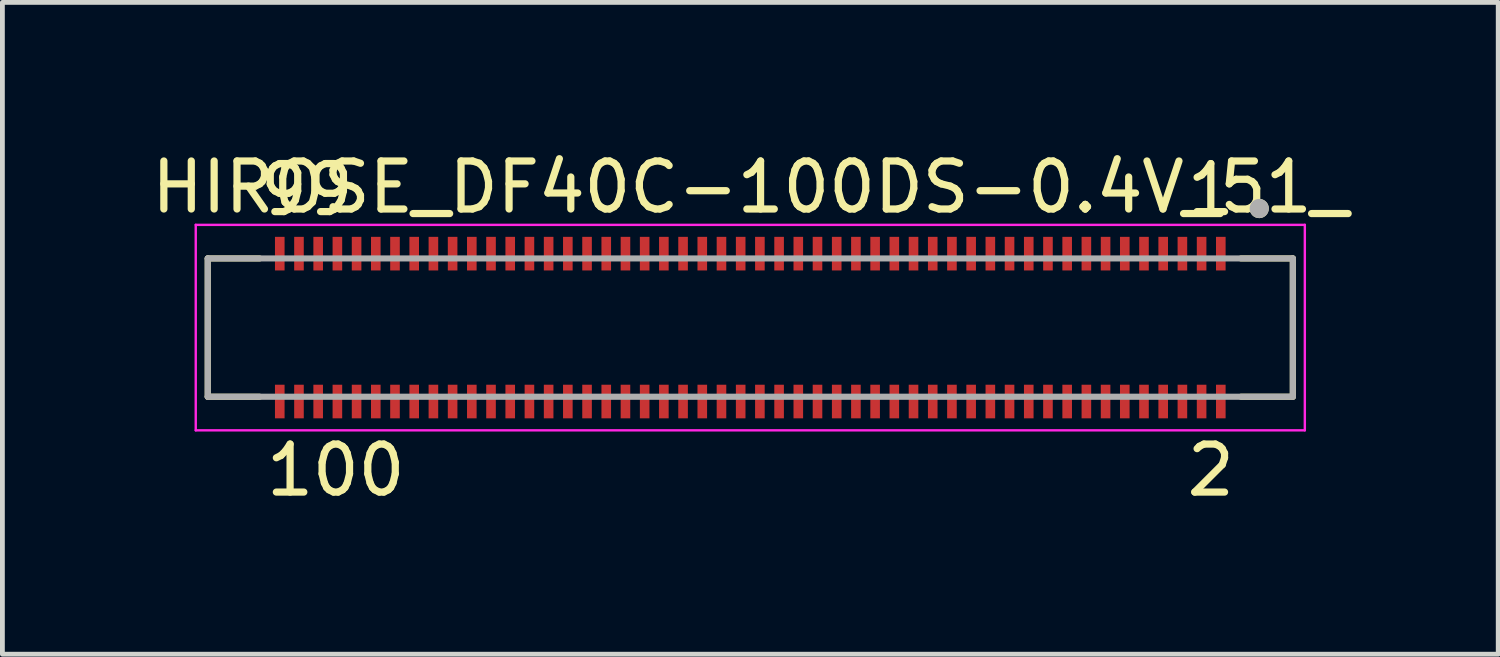
<source format=kicad_pcb>
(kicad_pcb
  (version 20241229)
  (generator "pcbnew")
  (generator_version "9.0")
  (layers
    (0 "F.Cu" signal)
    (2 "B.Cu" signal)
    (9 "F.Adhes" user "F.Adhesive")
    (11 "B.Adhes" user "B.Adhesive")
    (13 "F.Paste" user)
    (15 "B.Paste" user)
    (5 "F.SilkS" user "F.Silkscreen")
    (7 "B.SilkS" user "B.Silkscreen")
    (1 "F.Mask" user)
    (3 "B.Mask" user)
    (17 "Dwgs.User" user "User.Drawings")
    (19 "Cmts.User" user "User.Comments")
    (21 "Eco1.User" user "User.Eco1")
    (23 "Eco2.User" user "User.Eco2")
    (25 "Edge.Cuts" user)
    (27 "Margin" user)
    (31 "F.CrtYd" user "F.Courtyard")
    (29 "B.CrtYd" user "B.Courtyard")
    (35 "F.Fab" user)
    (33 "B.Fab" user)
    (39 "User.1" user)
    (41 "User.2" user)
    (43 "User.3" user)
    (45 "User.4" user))
  (footprint "HIROSE_DF40C-100DS-0.4V_51_"
    (layer "F.Cu")
    (at 12.577 3.773)
    (property "Reference" "HIROSE_DF40C-100DS-0.4V_51_" (at 0 -2.925 0) (layer "F.SilkS") (effects (font (size 1 1) (thickness 0.15))))
    (attr smd)
    (fp_line (start -11.3 -1.44) (end -11.3 1.44) (stroke (width 0.127) (type solid)) (layer "F.SilkS"))
    (fp_line (start -11.3 1.44) (end -10.22 1.44) (stroke (width 0.127) (type solid)) (layer "F.SilkS"))
    (fp_line (start -10.22 -1.44) (end -11.3 -1.44) (stroke (width 0.127) (type solid)) (layer "F.SilkS"))
    (fp_line (start 11.3 -1.44) (end 10.22 -1.44) (stroke (width 0.127) (type solid)) (layer "F.SilkS"))
    (fp_line (start 11.3 -1.44) (end 11.3 1.44) (stroke (width 0.127) (type solid)) (layer "F.SilkS"))
    (fp_line (start 11.3 1.44) (end 10.22 1.44) (stroke (width 0.127) (type solid)) (layer "F.SilkS"))
    (fp_circle (center 10.6 -2.48) (end 10.7 -2.48) (stroke (width 0.2) (type solid)) (fill no) (layer "F.SilkS"))
    (fp_poly (pts (xy -9.889 -1.853) (xy -9.71 -1.853) (xy -9.71 -1.227) (xy -9.889 -1.227)) (stroke (width 0.01) (type solid)) (fill yes) (layer "F.Paste"))
    (fp_poly (pts (xy -9.889 1.227) (xy -9.71 1.227) (xy -9.71 1.853) (xy -9.889 1.853)) (stroke (width 0.01) (type solid)) (fill yes) (layer "F.Paste"))
    (fp_poly (pts (xy -9.489 -1.853) (xy -9.31 -1.853) (xy -9.31 -1.227) (xy -9.489 -1.227)) (stroke (width 0.01) (type solid)) (fill yes) (layer "F.Paste"))
    (fp_poly (pts (xy -9.489 1.227) (xy -9.31 1.227) (xy -9.31 1.853) (xy -9.489 1.853)) (stroke (width 0.01) (type solid)) (fill yes) (layer "F.Paste"))
    (fp_poly (pts (xy -9.089 -1.853) (xy -8.911 -1.853) (xy -8.911 -1.227) (xy -9.089 -1.227)) (stroke (width 0.01) (type solid)) (fill yes) (layer "F.Paste"))
    (fp_poly (pts (xy -9.089 1.227) (xy -8.911 1.227) (xy -8.911 1.853) (xy -9.089 1.853)) (stroke (width 0.01) (type solid)) (fill yes) (layer "F.Paste"))
    (fp_poly (pts (xy -8.69 -1.853) (xy -8.511 -1.853) (xy -8.511 -1.227) (xy -8.69 -1.227)) (stroke (width 0.01) (type solid)) (fill yes) (layer "F.Paste"))
    (fp_poly (pts (xy -8.69 1.227) (xy -8.511 1.227) (xy -8.511 1.853) (xy -8.69 1.853)) (stroke (width 0.01) (type solid)) (fill yes) (layer "F.Paste"))
    (fp_poly (pts (xy -8.29 -1.853) (xy -8.111 -1.853) (xy -8.111 -1.227) (xy -8.29 -1.227)) (stroke (width 0.01) (type solid)) (fill yes) (layer "F.Paste"))
    (fp_poly (pts (xy -8.29 1.227) (xy -8.111 1.227) (xy -8.111 1.853) (xy -8.29 1.853)) (stroke (width 0.01) (type solid)) (fill yes) (layer "F.Paste"))
    (fp_poly (pts (xy -7.889 -1.853) (xy -7.71 -1.853) (xy -7.71 -1.227) (xy -7.889 -1.227)) (stroke (width 0.01) (type solid)) (fill yes) (layer "F.Paste"))
    (fp_poly (pts (xy -7.889 1.227) (xy -7.71 1.227) (xy -7.71 1.853) (xy -7.889 1.853)) (stroke (width 0.01) (type solid)) (fill yes) (layer "F.Paste"))
    (fp_poly (pts (xy -7.489 -1.853) (xy -7.311 -1.853) (xy -7.311 -1.227) (xy -7.489 -1.227)) (stroke (width 0.01) (type solid)) (fill yes) (layer "F.Paste"))
    (fp_poly (pts (xy -7.489 1.227) (xy -7.311 1.227) (xy -7.311 1.853) (xy -7.489 1.853)) (stroke (width 0.01) (type solid)) (fill yes) (layer "F.Paste"))
    (fp_poly (pts (xy -7.09 -1.853) (xy -6.91 -1.853) (xy -6.91 -1.227) (xy -7.09 -1.227)) (stroke (width 0.01) (type solid)) (fill yes) (layer "F.Paste"))
    (fp_poly (pts (xy -7.09 1.227) (xy -6.91 1.227) (xy -6.91 1.853) (xy -7.09 1.853)) (stroke (width 0.01) (type solid)) (fill yes) (layer "F.Paste"))
    (fp_poly (pts (xy -6.689 -1.853) (xy -6.511 -1.853) (xy -6.511 -1.227) (xy -6.689 -1.227)) (stroke (width 0.01) (type solid)) (fill yes) (layer "F.Paste"))
    (fp_poly (pts (xy -6.689 1.227) (xy -6.511 1.227) (xy -6.511 1.853) (xy -6.689 1.853)) (stroke (width 0.01) (type solid)) (fill yes) (layer "F.Paste"))
    (fp_poly (pts (xy -6.29 -1.853) (xy -6.111 -1.853) (xy -6.111 -1.227) (xy -6.29 -1.227)) (stroke (width 0.01) (type solid)) (fill yes) (layer "F.Paste"))
    (fp_poly (pts (xy -6.29 1.227) (xy -6.111 1.227) (xy -6.111 1.853) (xy -6.29 1.853)) (stroke (width 0.01) (type solid)) (fill yes) (layer "F.Paste"))
    (fp_poly (pts (xy -5.889 -1.853) (xy -5.71 -1.853) (xy -5.71 -1.227) (xy -5.889 -1.227)) (stroke (width 0.01) (type solid)) (fill yes) (layer "F.Paste"))
    (fp_poly (pts (xy -5.889 1.227) (xy -5.71 1.227) (xy -5.71 1.853) (xy -5.889 1.853)) (stroke (width 0.01) (type solid)) (fill yes) (layer "F.Paste"))
    (fp_poly (pts (xy -5.489 -1.853) (xy -5.311 -1.853) (xy -5.311 -1.227) (xy -5.489 -1.227)) (stroke (width 0.01) (type solid)) (fill yes) (layer "F.Paste"))
    (fp_poly (pts (xy -5.489 1.227) (xy -5.311 1.227) (xy -5.311 1.853) (xy -5.489 1.853)) (stroke (width 0.01) (type solid)) (fill yes) (layer "F.Paste"))
    (fp_poly (pts (xy -5.09 -1.853) (xy -4.91 -1.853) (xy -4.91 -1.227) (xy -5.09 -1.227)) (stroke (width 0.01) (type solid)) (fill yes) (layer "F.Paste"))
    (fp_poly (pts (xy -5.09 1.227) (xy -4.91 1.227) (xy -4.91 1.853) (xy -5.09 1.853)) (stroke (width 0.01) (type solid)) (fill yes) (layer "F.Paste"))
    (fp_poly (pts (xy -4.689 -1.853) (xy -4.511 -1.853) (xy -4.511 -1.227) (xy -4.689 -1.227)) (stroke (width 0.01) (type solid)) (fill yes) (layer "F.Paste"))
    (fp_poly (pts (xy -4.689 1.227) (xy -4.511 1.227) (xy -4.511 1.853) (xy -4.689 1.853)) (stroke (width 0.01) (type solid)) (fill yes) (layer "F.Paste"))
    (fp_poly (pts (xy -4.29 -1.853) (xy -4.111 -1.853) (xy -4.111 -1.227) (xy -4.29 -1.227)) (stroke (width 0.01) (type solid)) (fill yes) (layer "F.Paste"))
    (fp_poly (pts (xy -4.29 1.227) (xy -4.111 1.227) (xy -4.111 1.853) (xy -4.29 1.853)) (stroke (width 0.01) (type solid)) (fill yes) (layer "F.Paste"))
    (fp_poly (pts (xy -3.889 -1.853) (xy -3.711 -1.853) (xy -3.711 -1.227) (xy -3.889 -1.227)) (stroke (width 0.01) (type solid)) (fill yes) (layer "F.Paste"))
    (fp_poly (pts (xy -3.889 1.227) (xy -3.711 1.227) (xy -3.711 1.853) (xy -3.889 1.853)) (stroke (width 0.01) (type solid)) (fill yes) (layer "F.Paste"))
    (fp_poly (pts (xy -3.49 -1.853) (xy -3.311 -1.853) (xy -3.311 -1.227) (xy -3.49 -1.227)) (stroke (width 0.01) (type solid)) (fill yes) (layer "F.Paste"))
    (fp_poly (pts (xy -3.49 1.227) (xy -3.311 1.227) (xy -3.311 1.853) (xy -3.49 1.853)) (stroke (width 0.01) (type solid)) (fill yes) (layer "F.Paste"))
    (fp_poly (pts (xy -3.09 -1.853) (xy -2.91 -1.853) (xy -2.91 -1.227) (xy -3.09 -1.227)) (stroke (width 0.01) (type solid)) (fill yes) (layer "F.Paste"))
    (fp_poly (pts (xy -3.09 1.227) (xy -2.91 1.227) (xy -2.91 1.853) (xy -3.09 1.853)) (stroke (width 0.01) (type solid)) (fill yes) (layer "F.Paste"))
    (fp_poly (pts (xy -2.689 -1.853) (xy -2.51 -1.853) (xy -2.51 -1.227) (xy -2.689 -1.227)) (stroke (width 0.01) (type solid)) (fill yes) (layer "F.Paste"))
    (fp_poly (pts (xy -2.689 1.227) (xy -2.51 1.227) (xy -2.51 1.853) (xy -2.689 1.853)) (stroke (width 0.01) (type solid)) (fill yes) (layer "F.Paste"))
    (fp_poly (pts (xy -2.289 -1.853) (xy -2.111 -1.853) (xy -2.111 -1.227) (xy -2.289 -1.227)) (stroke (width 0.01) (type solid)) (fill yes) (layer "F.Paste"))
    (fp_poly (pts (xy -2.289 1.227) (xy -2.111 1.227) (xy -2.111 1.853) (xy -2.289 1.853)) (stroke (width 0.01) (type solid)) (fill yes) (layer "F.Paste"))
    (fp_poly (pts (xy -1.889 -1.853) (xy -1.71 -1.853) (xy -1.71 -1.227) (xy -1.889 -1.227)) (stroke (width 0.01) (type solid)) (fill yes) (layer "F.Paste"))
    (fp_poly (pts (xy -1.889 1.227) (xy -1.71 1.227) (xy -1.71 1.853) (xy -1.889 1.853)) (stroke (width 0.01) (type solid)) (fill yes) (layer "F.Paste"))
    (fp_poly (pts (xy -1.49 -1.853) (xy -1.31 -1.853) (xy -1.31 -1.227) (xy -1.49 -1.227)) (stroke (width 0.01) (type solid)) (fill yes) (layer "F.Paste"))
    (fp_poly (pts (xy -1.49 1.227) (xy -1.31 1.227) (xy -1.31 1.853) (xy -1.49 1.853)) (stroke (width 0.01) (type solid)) (fill yes) (layer "F.Paste"))
    (fp_poly (pts (xy -1.089 -1.853) (xy -0.91 -1.853) (xy -0.91 -1.227) (xy -1.089 -1.227)) (stroke (width 0.01) (type solid)) (fill yes) (layer "F.Paste"))
    (fp_poly (pts (xy -1.089 1.227) (xy -0.91 1.227) (xy -0.91 1.853) (xy -1.089 1.853)) (stroke (width 0.01) (type solid)) (fill yes) (layer "F.Paste"))
    (fp_poly (pts (xy -0.69 -1.853) (xy -0.51 -1.853) (xy -0.51 -1.227) (xy -0.69 -1.227)) (stroke (width 0.01) (type solid)) (fill yes) (layer "F.Paste"))
    (fp_poly (pts (xy -0.69 1.227) (xy -0.51 1.227) (xy -0.51 1.853) (xy -0.69 1.853)) (stroke (width 0.01) (type solid)) (fill yes) (layer "F.Paste"))
    (fp_poly (pts (xy -0.289 -1.853) (xy -0.111 -1.853) (xy -0.111 -1.227) (xy -0.289 -1.227)) (stroke (width 0.01) (type solid)) (fill yes) (layer "F.Paste"))
    (fp_poly (pts (xy -0.289 1.227) (xy -0.111 1.227) (xy -0.111 1.853) (xy -0.289 1.853)) (stroke (width 0.01) (type solid)) (fill yes) (layer "F.Paste"))
    (fp_poly (pts (xy 0.111 -1.853) (xy 0.289 -1.853) (xy 0.289 -1.227) (xy 0.111 -1.227)) (stroke (width 0.01) (type solid)) (fill yes) (layer "F.Paste"))
    (fp_poly (pts (xy 0.111 1.227) (xy 0.289 1.227) (xy 0.289 1.853) (xy 0.111 1.853)) (stroke (width 0.01) (type solid)) (fill yes) (layer "F.Paste"))
    (fp_poly (pts (xy 0.51 -1.853) (xy 0.69 -1.853) (xy 0.69 -1.227) (xy 0.51 -1.227)) (stroke (width 0.01) (type solid)) (fill yes) (layer "F.Paste"))
    (fp_poly (pts (xy 0.51 1.227) (xy 0.69 1.227) (xy 0.69 1.853) (xy 0.51 1.853)) (stroke (width 0.01) (type solid)) (fill yes) (layer "F.Paste"))
    (fp_poly (pts (xy 0.91 -1.853) (xy 1.089 -1.853) (xy 1.089 -1.227) (xy 0.91 -1.227)) (stroke (width 0.01) (type solid)) (fill yes) (layer "F.Paste"))
    (fp_poly (pts (xy 0.91 1.227) (xy 1.089 1.227) (xy 1.089 1.853) (xy 0.91 1.853)) (stroke (width 0.01) (type solid)) (fill yes) (layer "F.Paste"))
    (fp_poly (pts (xy 1.31 -1.853) (xy 1.49 -1.853) (xy 1.49 -1.227) (xy 1.31 -1.227)) (stroke (width 0.01) (type solid)) (fill yes) (layer "F.Paste"))
    (fp_poly (pts (xy 1.31 1.227) (xy 1.49 1.227) (xy 1.49 1.853) (xy 1.31 1.853)) (stroke (width 0.01) (type solid)) (fill yes) (layer "F.Paste"))
    (fp_poly (pts (xy 1.71 -1.853) (xy 1.889 -1.853) (xy 1.889 -1.227) (xy 1.71 -1.227)) (stroke (width 0.01) (type solid)) (fill yes) (layer "F.Paste"))
    (fp_poly (pts (xy 1.71 1.227) (xy 1.889 1.227) (xy 1.889 1.853) (xy 1.71 1.853)) (stroke (width 0.01) (type solid)) (fill yes) (layer "F.Paste"))
    (fp_poly (pts (xy 2.111 -1.853) (xy 2.289 -1.853) (xy 2.289 -1.227) (xy 2.111 -1.227)) (stroke (width 0.01) (type solid)) (fill yes) (layer "F.Paste"))
    (fp_poly (pts (xy 2.111 1.227) (xy 2.289 1.227) (xy 2.289 1.853) (xy 2.111 1.853)) (stroke (width 0.01) (type solid)) (fill yes) (layer "F.Paste"))
    (fp_poly (pts (xy 2.51 -1.853) (xy 2.689 -1.853) (xy 2.689 -1.227) (xy 2.51 -1.227)) (stroke (width 0.01) (type solid)) (fill yes) (layer "F.Paste"))
    (fp_poly (pts (xy 2.51 1.227) (xy 2.689 1.227) (xy 2.689 1.853) (xy 2.51 1.853)) (stroke (width 0.01) (type solid)) (fill yes) (layer "F.Paste"))
    (fp_poly (pts (xy 2.91 -1.853) (xy 3.09 -1.853) (xy 3.09 -1.227) (xy 2.91 -1.227)) (stroke (width 0.01) (type solid)) (fill yes) (layer "F.Paste"))
    (fp_poly (pts (xy 2.91 1.227) (xy 3.09 1.227) (xy 3.09 1.853) (xy 2.91 1.853)) (stroke (width 0.01) (type solid)) (fill yes) (layer "F.Paste"))
    (fp_poly (pts (xy 3.311 -1.853) (xy 3.49 -1.853) (xy 3.49 -1.227) (xy 3.311 -1.227)) (stroke (width 0.01) (type solid)) (fill yes) (layer "F.Paste"))
    (fp_poly (pts (xy 3.311 1.227) (xy 3.49 1.227) (xy 3.49 1.853) (xy 3.311 1.853)) (stroke (width 0.01) (type solid)) (fill yes) (layer "F.Paste"))
    (fp_poly (pts (xy 3.711 -1.853) (xy 3.889 -1.853) (xy 3.889 -1.227) (xy 3.711 -1.227)) (stroke (width 0.01) (type solid)) (fill yes) (layer "F.Paste"))
    (fp_poly (pts (xy 3.711 1.227) (xy 3.889 1.227) (xy 3.889 1.853) (xy 3.711 1.853)) (stroke (width 0.01) (type solid)) (fill yes) (layer "F.Paste"))
    (fp_poly (pts (xy 4.111 -1.853) (xy 4.29 -1.853) (xy 4.29 -1.227) (xy 4.111 -1.227)) (stroke (width 0.01) (type solid)) (fill yes) (layer "F.Paste"))
    (fp_poly (pts (xy 4.111 1.227) (xy 4.29 1.227) (xy 4.29 1.853) (xy 4.111 1.853)) (stroke (width 0.01) (type solid)) (fill yes) (layer "F.Paste"))
    (fp_poly (pts (xy 4.511 -1.853) (xy 4.689 -1.853) (xy 4.689 -1.227) (xy 4.511 -1.227)) (stroke (width 0.01) (type solid)) (fill yes) (layer "F.Paste"))
    (fp_poly (pts (xy 4.511 1.227) (xy 4.689 1.227) (xy 4.689 1.853) (xy 4.511 1.853)) (stroke (width 0.01) (type solid)) (fill yes) (layer "F.Paste"))
    (fp_poly (pts (xy 4.91 -1.853) (xy 5.09 -1.853) (xy 5.09 -1.227) (xy 4.91 -1.227)) (stroke (width 0.01) (type solid)) (fill yes) (layer "F.Paste"))
    (fp_poly (pts (xy 4.91 1.227) (xy 5.09 1.227) (xy 5.09 1.853) (xy 4.91 1.853)) (stroke (width 0.01) (type solid)) (fill yes) (layer "F.Paste"))
    (fp_poly (pts (xy 5.311 -1.853) (xy 5.489 -1.853) (xy 5.489 -1.227) (xy 5.311 -1.227)) (stroke (width 0.01) (type solid)) (fill yes) (layer "F.Paste"))
    (fp_poly (pts (xy 5.311 1.227) (xy 5.489 1.227) (xy 5.489 1.853) (xy 5.311 1.853)) (stroke (width 0.01) (type solid)) (fill yes) (layer "F.Paste"))
    (fp_poly (pts (xy 5.71 -1.853) (xy 5.889 -1.853) (xy 5.889 -1.227) (xy 5.71 -1.227)) (stroke (width 0.01) (type solid)) (fill yes) (layer "F.Paste"))
    (fp_poly (pts (xy 5.71 1.227) (xy 5.889 1.227) (xy 5.889 1.853) (xy 5.71 1.853)) (stroke (width 0.01) (type solid)) (fill yes) (layer "F.Paste"))
    (fp_poly (pts (xy 6.111 -1.853) (xy 6.29 -1.853) (xy 6.29 -1.227) (xy 6.111 -1.227)) (stroke (width 0.01) (type solid)) (fill yes) (layer "F.Paste"))
    (fp_poly (pts (xy 6.111 1.227) (xy 6.29 1.227) (xy 6.29 1.853) (xy 6.111 1.853)) (stroke (width 0.01) (type solid)) (fill yes) (layer "F.Paste"))
    (fp_poly (pts (xy 6.511 -1.853) (xy 6.689 -1.853) (xy 6.689 -1.227) (xy 6.511 -1.227)) (stroke (width 0.01) (type solid)) (fill yes) (layer "F.Paste"))
    (fp_poly (pts (xy 6.511 1.227) (xy 6.689 1.227) (xy 6.689 1.853) (xy 6.511 1.853)) (stroke (width 0.01) (type solid)) (fill yes) (layer "F.Paste"))
    (fp_poly (pts (xy 6.91 -1.853) (xy 7.09 -1.853) (xy 7.09 -1.227) (xy 6.91 -1.227)) (stroke (width 0.01) (type solid)) (fill yes) (layer "F.Paste"))
    (fp_poly (pts (xy 6.91 1.227) (xy 7.09 1.227) (xy 7.09 1.853) (xy 6.91 1.853)) (stroke (width 0.01) (type solid)) (fill yes) (layer "F.Paste"))
    (fp_poly (pts (xy 7.311 -1.853) (xy 7.489 -1.853) (xy 7.489 -1.227) (xy 7.311 -1.227)) (stroke (width 0.01) (type solid)) (fill yes) (layer "F.Paste"))
    (fp_poly (pts (xy 7.311 1.227) (xy 7.489 1.227) (xy 7.489 1.853) (xy 7.311 1.853)) (stroke (width 0.01) (type solid)) (fill yes) (layer "F.Paste"))
    (fp_poly (pts (xy 7.71 -1.853) (xy 7.889 -1.853) (xy 7.889 -1.227) (xy 7.71 -1.227)) (stroke (width 0.01) (type solid)) (fill yes) (layer "F.Paste"))
    (fp_poly (pts (xy 7.71 1.227) (xy 7.889 1.227) (xy 7.889 1.853) (xy 7.71 1.853)) (stroke (width 0.01) (type solid)) (fill yes) (layer "F.Paste"))
    (fp_poly (pts (xy 8.111 -1.853) (xy 8.29 -1.853) (xy 8.29 -1.227) (xy 8.111 -1.227)) (stroke (width 0.01) (type solid)) (fill yes) (layer "F.Paste"))
    (fp_poly (pts (xy 8.111 1.227) (xy 8.29 1.227) (xy 8.29 1.853) (xy 8.111 1.853)) (stroke (width 0.01) (type solid)) (fill yes) (layer "F.Paste"))
    (fp_poly (pts (xy 8.511 -1.853) (xy 8.69 -1.853) (xy 8.69 -1.227) (xy 8.511 -1.227)) (stroke (width 0.01) (type solid)) (fill yes) (layer "F.Paste"))
    (fp_poly (pts (xy 8.511 1.227) (xy 8.69 1.227) (xy 8.69 1.853) (xy 8.511 1.853)) (stroke (width 0.01) (type solid)) (fill yes) (layer "F.Paste"))
    (fp_poly (pts (xy 8.911 -1.853) (xy 9.089 -1.853) (xy 9.089 -1.227) (xy 8.911 -1.227)) (stroke (width 0.01) (type solid)) (fill yes) (layer "F.Paste"))
    (fp_poly (pts (xy 8.911 1.227) (xy 9.089 1.227) (xy 9.089 1.853) (xy 8.911 1.853)) (stroke (width 0.01) (type solid)) (fill yes) (layer "F.Paste"))
    (fp_poly (pts (xy 9.31 -1.853) (xy 9.489 -1.853) (xy 9.489 -1.227) (xy 9.31 -1.227)) (stroke (width 0.01) (type solid)) (fill yes) (layer "F.Paste"))
    (fp_poly (pts (xy 9.31 1.227) (xy 9.489 1.227) (xy 9.489 1.853) (xy 9.31 1.853)) (stroke (width 0.01) (type solid)) (fill yes) (layer "F.Paste"))
    (fp_poly (pts (xy 9.71 -1.853) (xy 9.889 -1.853) (xy 9.889 -1.227) (xy 9.71 -1.227)) (stroke (width 0.01) (type solid)) (fill yes) (layer "F.Paste"))
    (fp_poly (pts (xy 9.71 1.227) (xy 9.889 1.227) (xy 9.889 1.853) (xy 9.71 1.853)) (stroke (width 0.01) (type solid)) (fill yes) (layer "F.Paste"))
    (fp_line (start -11.55 -2.14) (end -11.55 2.14) (stroke (width 0.05) (type solid)) (layer "F.CrtYd"))
    (fp_line (start -11.55 2.14) (end 11.55 2.14) (stroke (width 0.05) (type solid)) (layer "F.CrtYd"))
    (fp_line (start 11.55 -2.14) (end -11.55 -2.14) (stroke (width 0.05) (type solid)) (layer "F.CrtYd"))
    (fp_line (start 11.55 2.14) (end 11.55 -2.14) (stroke (width 0.05) (type solid)) (layer "F.CrtYd"))
    (fp_line (start -11.3 -1.44) (end 11.3 -1.44) (stroke (width 0.127) (type solid)) (layer "F.Fab"))
    (fp_line (start -11.3 1.44) (end -11.3 -1.44) (stroke (width 0.127) (type solid)) (layer "F.Fab"))
    (fp_line (start 11.3 -1.44) (end 11.3 1.44) (stroke (width 0.127) (type solid)) (layer "F.Fab"))
    (fp_line (start 11.3 1.44) (end -11.3 1.44) (stroke (width 0.127) (type solid)) (layer "F.Fab"))
    (fp_circle (center 10.6 -2.48) (end 10.7 -2.48) (stroke (width 0.2) (type solid)) (fill no) (layer "F.Fab"))
    (fp_text user "2" (at 9.017 3.556 0) (unlocked yes) (layer "F.SilkS") (effects (font (size 1 1) (thickness 0.15)) (justify left bottom)))
    (fp_text user "100" (at -10.16 3.556 0) (unlocked yes) (layer "F.SilkS") (effects (font (size 1 1) (thickness 0.15)) (justify left bottom)))
    (fp_text user "99" (at -10.287 -2.286 0) (unlocked yes) (layer "F.SilkS") (effects (font (size 1 1) (thickness 0.15)) (justify left bottom)))
    (fp_text user "1" (at 9.017 -2.286 0) (unlocked yes) (layer "F.SilkS") (effects (font (size 1 1) (thickness 0.15)) (justify left bottom)))
    (pad "1" smd rect (at 9.8 -1.54) (size 0.2 0.7) (layers "F.Cu" "F.Mask"))
    (pad "2" smd rect (at 9.8 1.54) (size 0.2 0.7) (layers "F.Cu" "F.Mask"))
    (pad "3" smd rect (at 9.4 -1.54) (size 0.2 0.7) (layers "F.Cu" "F.Mask"))
    (pad "4" smd rect (at 9.4 1.54) (size 0.2 0.7) (layers "F.Cu" "F.Mask"))
    (pad "5" smd rect (at 9 -1.54) (size 0.2 0.7) (layers "F.Cu" "F.Mask"))
    (pad "6" smd rect (at 9 1.54) (size 0.2 0.7) (layers "F.Cu" "F.Mask"))
    (pad "7" smd rect (at 8.6 -1.54) (size 0.2 0.7) (layers "F.Cu" "F.Mask"))
    (pad "8" smd rect (at 8.6 1.54) (size 0.2 0.7) (layers "F.Cu" "F.Mask"))
    (pad "9" smd rect (at 8.2 -1.54) (size 0.2 0.7) (layers "F.Cu" "F.Mask"))
    (pad "10" smd rect (at 8.2 1.54) (size 0.2 0.7) (layers "F.Cu" "F.Mask"))
    (pad "11" smd rect (at 7.8 -1.54) (size 0.2 0.7) (layers "F.Cu" "F.Mask"))
    (pad "12" smd rect (at 7.8 1.54) (size 0.2 0.7) (layers "F.Cu" "F.Mask"))
    (pad "13" smd rect (at 7.4 -1.54) (size 0.2 0.7) (layers "F.Cu" "F.Mask"))
    (pad "14" smd rect (at 7.4 1.54) (size 0.2 0.7) (layers "F.Cu" "F.Mask"))
    (pad "15" smd rect (at 7 -1.54) (size 0.2 0.7) (layers "F.Cu" "F.Mask"))
    (pad "16" smd rect (at 7 1.54) (size 0.2 0.7) (layers "F.Cu" "F.Mask"))
    (pad "17" smd rect (at 6.6 -1.54) (size 0.2 0.7) (layers "F.Cu" "F.Mask"))
    (pad "18" smd rect (at 6.6 1.54) (size 0.2 0.7) (layers "F.Cu" "F.Mask"))
    (pad "19" smd rect (at 6.2 -1.54) (size 0.2 0.7) (layers "F.Cu" "F.Mask"))
    (pad "20" smd rect (at 6.2 1.54) (size 0.2 0.7) (layers "F.Cu" "F.Mask"))
    (pad "21" smd rect (at 5.8 -1.54) (size 0.2 0.7) (layers "F.Cu" "F.Mask"))
    (pad "22" smd rect (at 5.8 1.54) (size 0.2 0.7) (layers "F.Cu" "F.Mask"))
    (pad "23" smd rect (at 5.4 -1.54) (size 0.2 0.7) (layers "F.Cu" "F.Mask"))
    (pad "24" smd rect (at 5.4 1.54) (size 0.2 0.7) (layers "F.Cu" "F.Mask"))
    (pad "25" smd rect (at 5 -1.54) (size 0.2 0.7) (layers "F.Cu" "F.Mask"))
    (pad "26" smd rect (at 5 1.54) (size 0.2 0.7) (layers "F.Cu" "F.Mask"))
    (pad "27" smd rect (at 4.6 -1.54) (size 0.2 0.7) (layers "F.Cu" "F.Mask"))
    (pad "28" smd rect (at 4.6 1.54) (size 0.2 0.7) (layers "F.Cu" "F.Mask"))
    (pad "29" smd rect (at 4.2 -1.54) (size 0.2 0.7) (layers "F.Cu" "F.Mask"))
    (pad "30" smd rect (at 4.2 1.54) (size 0.2 0.7) (layers "F.Cu" "F.Mask"))
    (pad "31" smd rect (at 3.8 -1.54) (size 0.2 0.7) (layers "F.Cu" "F.Mask"))
    (pad "32" smd rect (at 3.8 1.54) (size 0.2 0.7) (layers "F.Cu" "F.Mask"))
    (pad "33" smd rect (at 3.4 -1.54) (size 0.2 0.7) (layers "F.Cu" "F.Mask"))
    (pad "34" smd rect (at 3.4 1.54) (size 0.2 0.7) (layers "F.Cu" "F.Mask"))
    (pad "35" smd rect (at 3 -1.54) (size 0.2 0.7) (layers "F.Cu" "F.Mask"))
    (pad "36" smd rect (at 3 1.54) (size 0.2 0.7) (layers "F.Cu" "F.Mask"))
    (pad "37" smd rect (at 2.6 -1.54) (size 0.2 0.7) (layers "F.Cu" "F.Mask"))
    (pad "38" smd rect (at 2.6 1.54) (size 0.2 0.7) (layers "F.Cu" "F.Mask"))
    (pad "39" smd rect (at 2.2 -1.54) (size 0.2 0.7) (layers "F.Cu" "F.Mask"))
    (pad "40" smd rect (at 2.2 1.54) (size 0.2 0.7) (layers "F.Cu" "F.Mask"))
    (pad "41" smd rect (at 1.8 -1.54) (size 0.2 0.7) (layers "F.Cu" "F.Mask"))
    (pad "42" smd rect (at 1.8 1.54) (size 0.2 0.7) (layers "F.Cu" "F.Mask"))
    (pad "43" smd rect (at 1.4 -1.54) (size 0.2 0.7) (layers "F.Cu" "F.Mask"))
    (pad "44" smd rect (at 1.4 1.54) (size 0.2 0.7) (layers "F.Cu" "F.Mask"))
    (pad "45" smd rect (at 1 -1.54) (size 0.2 0.7) (layers "F.Cu" "F.Mask"))
    (pad "46" smd rect (at 1 1.54) (size 0.2 0.7) (layers "F.Cu" "F.Mask"))
    (pad "47" smd rect (at 0.6 -1.54) (size 0.2 0.7) (layers "F.Cu" "F.Mask"))
    (pad "48" smd rect (at 0.6 1.54) (size 0.2 0.7) (layers "F.Cu" "F.Mask"))
    (pad "49" smd rect (at 0.2 -1.54) (size 0.2 0.7) (layers "F.Cu" "F.Mask"))
    (pad "50" smd rect (at 0.2 1.54) (size 0.2 0.7) (layers "F.Cu" "F.Mask"))
    (pad "51" smd rect (at -0.2 -1.54) (size 0.2 0.7) (layers "F.Cu" "F.Mask"))
    (pad "52" smd rect (at -0.2 1.54) (size 0.2 0.7) (layers "F.Cu" "F.Mask"))
    (pad "53" smd rect (at -0.6 -1.54) (size 0.2 0.7) (layers "F.Cu" "F.Mask"))
    (pad "54" smd rect (at -0.6 1.54) (size 0.2 0.7) (layers "F.Cu" "F.Mask"))
    (pad "55" smd rect (at -1 -1.54) (size 0.2 0.7) (layers "F.Cu" "F.Mask"))
    (pad "56" smd rect (at -1 1.54) (size 0.2 0.7) (layers "F.Cu" "F.Mask"))
    (pad "57" smd rect (at -1.4 -1.54) (size 0.2 0.7) (layers "F.Cu" "F.Mask"))
    (pad "58" smd rect (at -1.4 1.54) (size 0.2 0.7) (layers "F.Cu" "F.Mask"))
    (pad "59" smd rect (at -1.8 -1.54) (size 0.2 0.7) (layers "F.Cu" "F.Mask"))
    (pad "60" smd rect (at -1.8 1.54) (size 0.2 0.7) (layers "F.Cu" "F.Mask"))
    (pad "61" smd rect (at -2.2 -1.54) (size 0.2 0.7) (layers "F.Cu" "F.Mask"))
    (pad "62" smd rect (at -2.2 1.54) (size 0.2 0.7) (layers "F.Cu" "F.Mask"))
    (pad "63" smd rect (at -2.6 -1.54) (size 0.2 0.7) (layers "F.Cu" "F.Mask"))
    (pad "64" smd rect (at -2.6 1.54) (size 0.2 0.7) (layers "F.Cu" "F.Mask"))
    (pad "65" smd rect (at -3 -1.54) (size 0.2 0.7) (layers "F.Cu" "F.Mask"))
    (pad "66" smd rect (at -3 1.54) (size 0.2 0.7) (layers "F.Cu" "F.Mask"))
    (pad "67" smd rect (at -3.4 -1.54) (size 0.2 0.7) (layers "F.Cu" "F.Mask"))
    (pad "68" smd rect (at -3.4 1.54) (size 0.2 0.7) (layers "F.Cu" "F.Mask"))
    (pad "69" smd rect (at -3.8 -1.54) (size 0.2 0.7) (layers "F.Cu" "F.Mask"))
    (pad "70" smd rect (at -3.8 1.54) (size 0.2 0.7) (layers "F.Cu" "F.Mask"))
    (pad "71" smd rect (at -4.2 -1.54) (size 0.2 0.7) (layers "F.Cu" "F.Mask"))
    (pad "72" smd rect (at -4.2 1.54) (size 0.2 0.7) (layers "F.Cu" "F.Mask"))
    (pad "73" smd rect (at -4.6 -1.54) (size 0.2 0.7) (layers "F.Cu" "F.Mask"))
    (pad "74" smd rect (at -4.6 1.54) (size 0.2 0.7) (layers "F.Cu" "F.Mask"))
    (pad "75" smd rect (at -5 -1.54) (size 0.2 0.7) (layers "F.Cu" "F.Mask"))
    (pad "76" smd rect (at -5 1.54) (size 0.2 0.7) (layers "F.Cu" "F.Mask"))
    (pad "77" smd rect (at -5.4 -1.54) (size 0.2 0.7) (layers "F.Cu" "F.Mask"))
    (pad "78" smd rect (at -5.4 1.54) (size 0.2 0.7) (layers "F.Cu" "F.Mask"))
    (pad "79" smd rect (at -5.8 -1.54) (size 0.2 0.7) (layers "F.Cu" "F.Mask"))
    (pad "80" smd rect (at -5.8 1.54) (size 0.2 0.7) (layers "F.Cu" "F.Mask"))
    (pad "81" smd rect (at -6.2 -1.54) (size 0.2 0.7) (layers "F.Cu" "F.Mask"))
    (pad "82" smd rect (at -6.2 1.54) (size 0.2 0.7) (layers "F.Cu" "F.Mask"))
    (pad "83" smd rect (at -6.6 -1.54) (size 0.2 0.7) (layers "F.Cu" "F.Mask"))
    (pad "84" smd rect (at -6.6 1.54) (size 0.2 0.7) (layers "F.Cu" "F.Mask"))
    (pad "85" smd rect (at -7 -1.54) (size 0.2 0.7) (layers "F.Cu" "F.Mask"))
    (pad "86" smd rect (at -7 1.54) (size 0.2 0.7) (layers "F.Cu" "F.Mask"))
    (pad "87" smd rect (at -7.4 -1.54) (size 0.2 0.7) (layers "F.Cu" "F.Mask"))
    (pad "88" smd rect (at -7.4 1.54) (size 0.2 0.7) (layers "F.Cu" "F.Mask"))
    (pad "89" smd rect (at -7.8 -1.54) (size 0.2 0.7) (layers "F.Cu" "F.Mask"))
    (pad "90" smd rect (at -7.8 1.54) (size 0.2 0.7) (layers "F.Cu" "F.Mask"))
    (pad "91" smd rect (at -8.2 -1.54) (size 0.2 0.7) (layers "F.Cu" "F.Mask"))
    (pad "92" smd rect (at -8.2 1.54) (size 0.2 0.7) (layers "F.Cu" "F.Mask"))
    (pad "93" smd rect (at -8.6 -1.54) (size 0.2 0.7) (layers "F.Cu" "F.Mask"))
    (pad "94" smd rect (at -8.6 1.54) (size 0.2 0.7) (layers "F.Cu" "F.Mask"))
    (pad "95" smd rect (at -9 -1.54) (size 0.2 0.7) (layers "F.Cu" "F.Mask"))
    (pad "96" smd rect (at -9 1.54) (size 0.2 0.7) (layers "F.Cu" "F.Mask"))
    (pad "97" smd rect (at -9.4 -1.54) (size 0.2 0.7) (layers "F.Cu" "F.Mask"))
    (pad "98" smd rect (at -9.4 1.54) (size 0.2 0.7) (layers "F.Cu" "F.Mask"))
    (pad "99" smd rect (at -9.8 -1.54) (size 0.2 0.7) (layers "F.Cu" "F.Mask"))
    (pad "100" smd rect (at -9.8 1.54) (size 0.2 0.7) (layers "F.Cu" "F.Mask")))
  (gr_rect
    (start -3 -3)
    (end 28.155 10.576)
    (stroke (width 0.1) (type default))
    (fill no)
    (layer "Edge.Cuts")))
</source>
